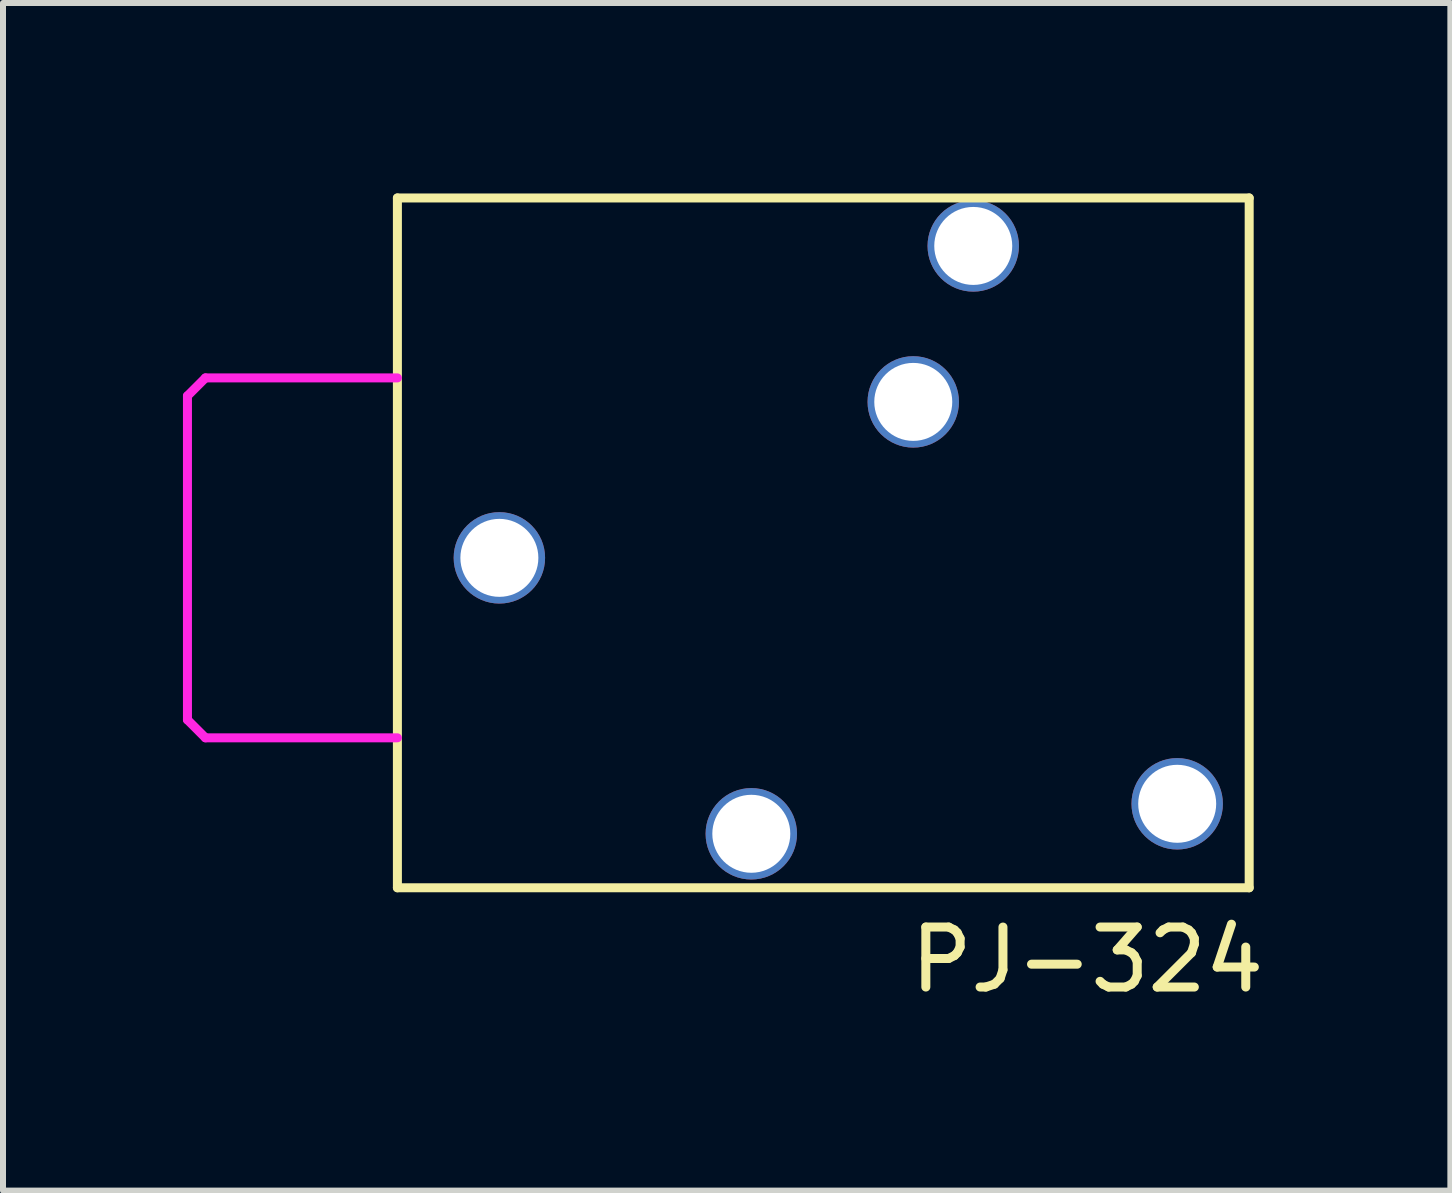
<source format=kicad_pcb>
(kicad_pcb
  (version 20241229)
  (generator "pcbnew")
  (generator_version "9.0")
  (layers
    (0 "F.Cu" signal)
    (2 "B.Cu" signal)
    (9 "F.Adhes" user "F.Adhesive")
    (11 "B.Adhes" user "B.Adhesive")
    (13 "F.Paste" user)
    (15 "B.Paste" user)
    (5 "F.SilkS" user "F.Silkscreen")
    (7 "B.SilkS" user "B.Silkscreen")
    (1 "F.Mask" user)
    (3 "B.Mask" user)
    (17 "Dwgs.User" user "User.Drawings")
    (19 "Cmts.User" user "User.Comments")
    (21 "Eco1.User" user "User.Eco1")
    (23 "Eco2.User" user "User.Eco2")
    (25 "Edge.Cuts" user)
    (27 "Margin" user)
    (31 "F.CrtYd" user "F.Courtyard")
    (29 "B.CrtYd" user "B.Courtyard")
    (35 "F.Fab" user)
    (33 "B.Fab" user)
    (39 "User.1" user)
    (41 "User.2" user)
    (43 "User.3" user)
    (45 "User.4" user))
  (footprint "PJ-324"
    (layer "F.Cu")
    (at 3.575 0.25)
    (property "Reference" "PJ-324" (at 11.5 12.7 0) (layer "F.SilkS") (effects (font (size 1 1) (thickness 0.15))))
    (attr through_hole)
    (fp_line (start 0 0) (end 14.2 0) (stroke (width 0.15) (type solid)) (layer "F.SilkS"))
    (fp_line (start 0 11.5) (end 0 0) (stroke (width 0.15) (type solid)) (layer "F.SilkS"))
    (fp_line (start 14.2 0) (end 14.2 11.5) (stroke (width 0.15) (type solid)) (layer "F.SilkS"))
    (fp_line (start 14.2 11.5) (end 0 11.5) (stroke (width 0.15) (type solid)) (layer "F.SilkS"))
    (fp_line (start -3.5 3.3) (end -3.2 3) (stroke (width 0.15) (type solid)) (layer "F.CrtYd"))
    (fp_line (start -3.5 8.7) (end -3.5 3.3) (stroke (width 0.15) (type solid)) (layer "F.CrtYd"))
    (fp_line (start -3.5 8.7) (end -3.2 9) (stroke (width 0.15) (type solid)) (layer "F.CrtYd"))
    (fp_line (start -3.2 3) (end 0 3) (stroke (width 0.15) (type solid)) (layer "F.CrtYd"))
    (fp_line (start -3.2 9) (end 0 9) (stroke (width 0.15) (type solid)) (layer "F.CrtYd"))
    (pad "1" thru_hole circle (at 1.7 6) (size 1.524 1.524) (drill 1.3) (layers "*.Cu" "*.Mask"))
    (pad "2" thru_hole circle (at 9.6 0.8) (size 1.524 1.524) (drill 1.3) (layers "*.Cu" "*.Mask"))
    (pad "3" thru_hole circle (at 8.6 3.4) (size 1.524 1.524) (drill 1.3) (layers "*.Cu" "*.Mask"))
    (pad "4" thru_hole circle (at 13 10.1) (size 1.524 1.524) (drill 1.3) (layers "*.Cu" "*.Mask"))
    (pad "5" thru_hole circle (at 5.9 10.6) (size 1.524 1.524) (drill 1.3) (layers "*.Cu" "*.Mask")))
  (gr_rect
    (start -3 -3)
    (end 21.129 16.798)
    (stroke (width 0.1) (type default))
    (fill no)
    (layer "Edge.Cuts")))
</source>
